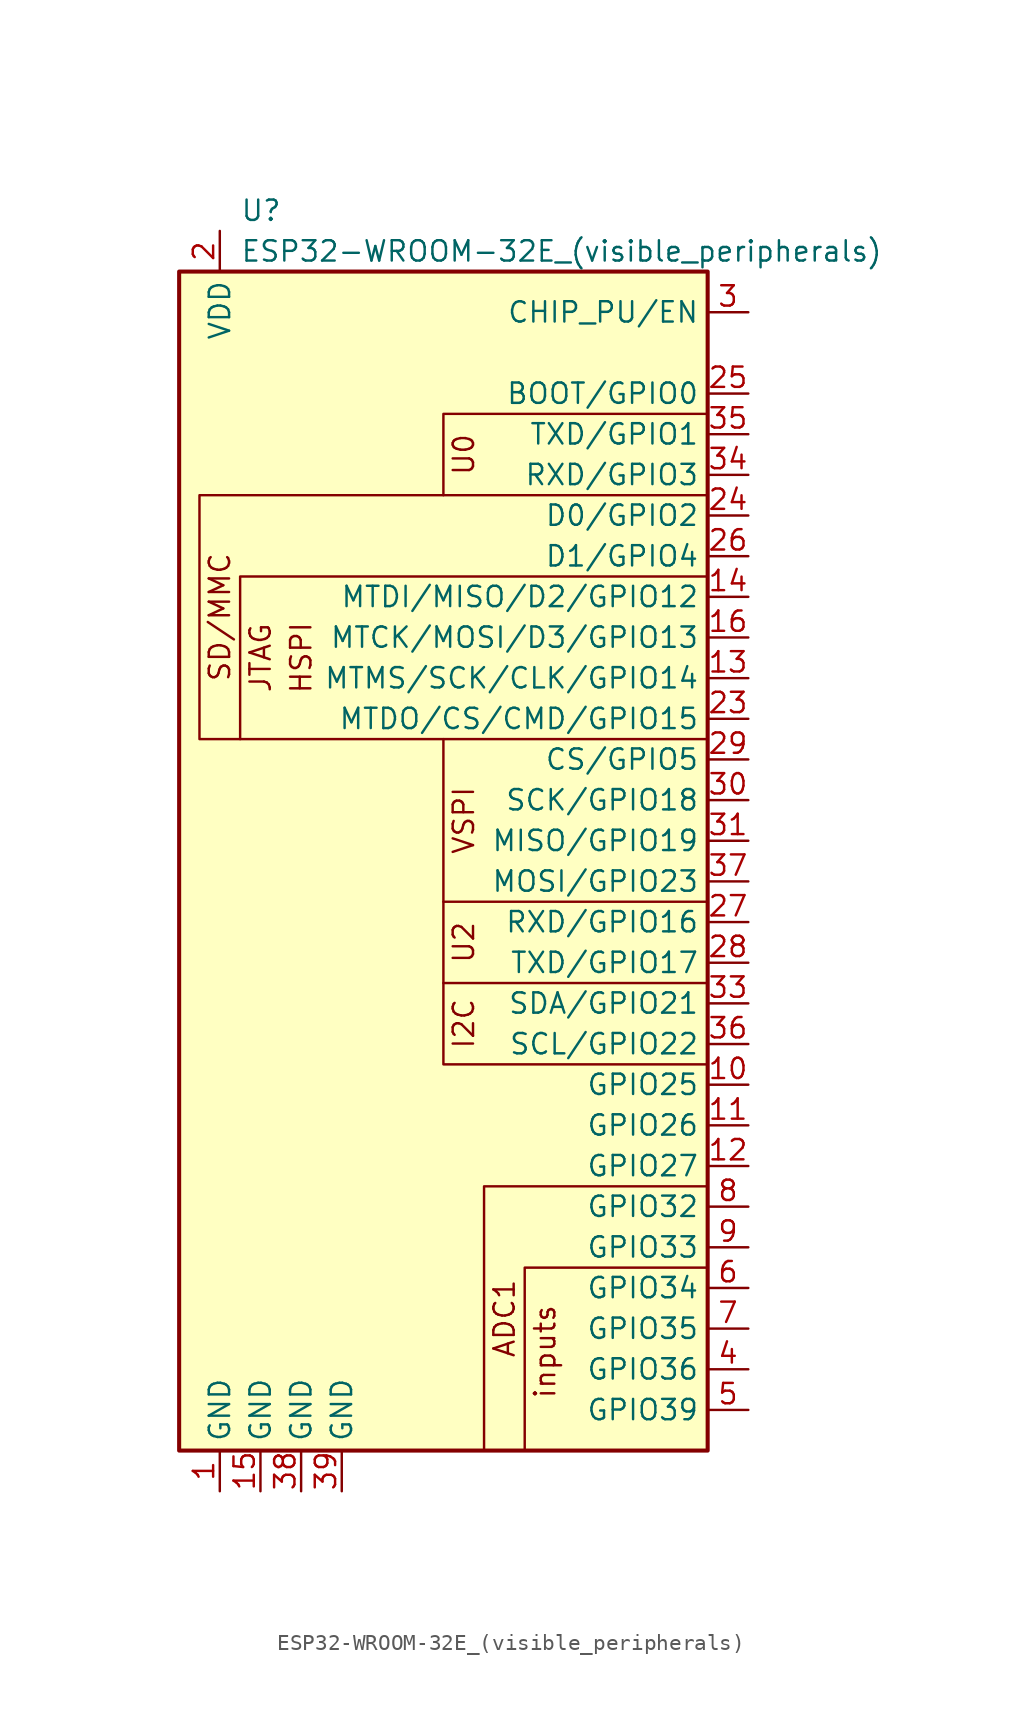
<source format=kicad_sym>
(kicad_symbol_lib
  (version 20211014)
  (generator kicad_symbol_editor)
  (symbol "ESP32-WROOM-32E_(visible_peripherals)"
    (property "Reference" "U"
      (at -12.7 40.64 0)
      (effects (font (size 1.27 1.27)) (justify left)))
    (property "Value" "ESP32-WROOM-32E_(visible_peripherals)"
      (at -12.7 38.1 0)
      (effects (font (size 1.27 1.27)) (justify left)))
    (symbol "ESP32-WROOM-32E_(visible_peripherals)_0_0"
      (text "inputs" (at 6.35 -33.655 900) (effects (font (size 1.27 1.27)) (justify left)))
      (text "SD/MMC" (at -13.97 15.24 900) (effects (font (size 1.27 1.27))))
      (pin power_in line (at -13.97 -39.37 90) (length 2.54) (name "GND" (effects (font (size 1.27 1.27)))) (number "1" (effects (font (size 1.27 1.27)))))
      (pin bidirectional line (at 19.05 -13.97 180) (length 2.54) (name "GPIO25" (effects (font (size 1.27 1.27)))) (number "10" (effects (font (size 1.27 1.27)))))
      (pin bidirectional line (at 19.05 -16.51 180) (length 2.54) (name "GPIO26" (effects (font (size 1.27 1.27)))) (number "11" (effects (font (size 1.27 1.27)))))
      (pin bidirectional line (at 19.05 -19.05 180) (length 2.54) (name "GPIO27" (effects (font (size 1.27 1.27)))) (number "12" (effects (font (size 1.27 1.27)))))
      (pin bidirectional line (at 19.05 11.43 180) (length 2.54) (name "MTMS/SCK/CLK/GPIO14" (effects (font (size 1.27 1.27)))) (number "13" (effects (font (size 1.27 1.27)))))
      (pin bidirectional line (at 19.05 16.51 180) (length 2.54) (name "MTDI/MISO/D2/GPIO12" (effects (font (size 1.27 1.27)))) (number "14" (effects (font (size 1.27 1.27)))))
      (pin bidirectional line (at 19.05 13.97 180) (length 2.54) (name "MTCK/MOSI/D3/GPIO13" (effects (font (size 1.27 1.27)))) (number "16" (effects (font (size 1.27 1.27)))))
      (pin no_connect line (at -19.05 3.81 0) (length 2.54) hide (name "NC" (effects (font (size 1.27 1.27)))) (number "17" (effects (font (size 1.27 1.27)))))
      (pin no_connect line (at -19.05 1.27 0) (length 2.54) hide (name "NC" (effects (font (size 1.27 1.27)))) (number "18" (effects (font (size 1.27 1.27)))))
      (pin no_connect line (at -19.05 -1.27 0) (length 2.54) hide (name "NC" (effects (font (size 1.27 1.27)))) (number "19" (effects (font (size 1.27 1.27)))))
      (pin power_in line (at -13.97 39.37 270) (length 2.54) (name "VDD" (effects (font (size 1.27 1.27)))) (number "2" (effects (font (size 1.27 1.27)))))
      (pin no_connect line (at -19.05 -3.81 0) (length 2.54) hide (name "NC" (effects (font (size 1.27 1.27)))) (number "20" (effects (font (size 1.27 1.27)))))
      (pin no_connect line (at -19.05 -6.35 0) (length 2.54) hide (name "NC" (effects (font (size 1.27 1.27)))) (number "21" (effects (font (size 1.27 1.27)))))
      (pin no_connect line (at -19.05 -8.89 0) (length 2.54) hide (name "NC" (effects (font (size 1.27 1.27)))) (number "22" (effects (font (size 1.27 1.27)))))
      (pin bidirectional line (at 19.05 8.89 180) (length 2.54) (name "MTDO/CS/CMD/GPIO15" (effects (font (size 1.27 1.27)))) (number "23" (effects (font (size 1.27 1.27)))))
      (pin bidirectional line (at 19.05 21.59 180) (length 2.54) (name "D0/GPIO2" (effects (font (size 1.27 1.27)))) (number "24" (effects (font (size 1.27 1.27)))))
      (pin bidirectional line (at 19.05 29.21 180) (length 2.54) (name "BOOT/GPIO0" (effects (font (size 1.27 1.27)))) (number "25" (effects (font (size 1.27 1.27)))))
      (pin bidirectional line (at 19.05 19.05 180) (length 2.54) (name "D1/GPIO4" (effects (font (size 1.27 1.27)))) (number "26" (effects (font (size 1.27 1.27)))))
      (pin bidirectional line (at 19.05 -3.81 180) (length 2.54) (name "RXD/GPIO16" (effects (font (size 1.27 1.27)))) (number "27" (effects (font (size 1.27 1.27)))))
      (pin bidirectional line (at 19.05 -6.35 180) (length 2.54) (name "TXD/GPIO17" (effects (font (size 1.27 1.27)))) (number "28" (effects (font (size 1.27 1.27)))))
      (pin bidirectional line (at 19.05 6.35 180) (length 2.54) (name "CS/GPIO5" (effects (font (size 1.27 1.27)))) (number "29" (effects (font (size 1.27 1.27)))))
      (pin input line (at 19.05 34.29 180) (length 2.54) (name "CHIP_PU/EN" (effects (font (size 1.27 1.27)))) (number "3" (effects (font (size 1.27 1.27)))))
      (pin bidirectional line (at 19.05 3.81 180) (length 2.54) (name "SCK/GPIO18" (effects (font (size 1.27 1.27)))) (number "30" (effects (font (size 1.27 1.27)))))
      (pin bidirectional line (at 19.05 1.27 180) (length 2.54) (name "MISO/GPIO19" (effects (font (size 1.27 1.27)))) (number "31" (effects (font (size 1.27 1.27)))))
      (pin bidirectional line (at 19.05 -8.89 180) (length 2.54) (name "SDA/GPIO21" (effects (font (size 1.27 1.27)))) (number "33" (effects (font (size 1.27 1.27)))))
      (pin bidirectional line (at 19.05 24.13 180) (length 2.54) (name "RXD/GPIO3" (effects (font (size 1.27 1.27)))) (number "34" (effects (font (size 1.27 1.27)))))
      (pin bidirectional line (at 19.05 26.67 180) (length 2.54) (name "TXD/GPIO1" (effects (font (size 1.27 1.27)))) (number "35" (effects (font (size 1.27 1.27)))))
      (pin bidirectional line (at 19.05 -11.43 180) (length 2.54) (name "SCL/GPIO22" (effects (font (size 1.27 1.27)))) (number "36" (effects (font (size 1.27 1.27)))))
      (pin bidirectional line (at 19.05 -1.27 180) (length 2.54) (name "MOSI/GPIO23" (effects (font (size 1.27 1.27)))) (number "37" (effects (font (size 1.27 1.27)))))
      (pin input line (at 19.05 -31.75 180) (length 2.54) (name "GPIO36" (effects (font (size 1.27 1.27)))) (number "4" (effects (font (size 1.27 1.27)))))
      (pin input line (at 19.05 -34.29 180) (length 2.54) (name "GPIO39" (effects (font (size 1.27 1.27)))) (number "5" (effects (font (size 1.27 1.27)))))
      (pin input line (at 19.05 -26.67 180) (length 2.54) (name "GPIO34" (effects (font (size 1.27 1.27)))) (number "6" (effects (font (size 1.27 1.27)))))
      (pin input line (at 19.05 -29.21 180) (length 2.54) (name "GPIO35" (effects (font (size 1.27 1.27)))) (number "7" (effects (font (size 1.27 1.27)))))
      (pin bidirectional line (at 19.05 -21.59 180) (length 2.54) (name "GPIO32" (effects (font (size 1.27 1.27)))) (number "8" (effects (font (size 1.27 1.27)))))
      (pin bidirectional line (at 19.05 -24.13 180) (length 2.54) (name "GPIO33" (effects (font (size 1.27 1.27)))) (number "9" (effects (font (size 1.27 1.27))))))
    (symbol "ESP32-WROOM-32E_(visible_peripherals)_0_1"
      (rectangle (start -16.51 36.83) (end 16.51 -36.83) (stroke (width 0.254) (type default) (color 0 0 0 0)) (fill (type background)))
      (polyline (pts (xy 16.51 -7.62) (xy 0 -7.62)) (stroke (width 0) (type default) (color 0 0 0 0)) (fill (type none)))
      (polyline (pts (xy 16.51 -2.54) (xy 0 -2.54)) (stroke (width 0) (type default) (color 0 0 0 0)) (fill (type none)))
      (polyline (pts (xy 16.51 -25.4) (xy 5.08 -25.4) (xy 5.08 -36.83)) (stroke (width 0) (type default) (color 0 0 0 0)) (fill (type none)))
      (polyline (pts (xy 16.51 -20.32) (xy 2.54 -20.32) (xy 2.54 -36.83)) (stroke (width 0) (type default) (color 0 0 0 0)) (fill (type none)))
      (polyline (pts (xy 16.51 -12.7) (xy 0 -12.7) (xy 0 7.62)) (stroke (width 0) (type default) (color 0 0 0 0)) (fill (type none)))
      (polyline (pts (xy 16.51 17.78) (xy -12.7 17.78) (xy -12.7 7.62)) (stroke (width 0) (type default) (color 0 0 0 0)) (fill (type none)))
      (polyline (pts (xy 16.51 27.94) (xy 0 27.94) (xy 0 22.86)) (stroke (width 0) (type default) (color 0 0 0 0)) (fill (type none)))
      (polyline (pts (xy 16.51 22.86) (xy -15.24 22.86) (xy -15.24 7.62) (xy 16.51 7.62)) (stroke (width 0) (type default) (color 0 0 0 0)) (fill (type none))))
    (symbol "ESP32-WROOM-32E_(visible_peripherals)_1_1"
      (text "ADC1" (at 3.81 -28.575 900) (effects (font (size 1.27 1.27))))
      (text "HSPI" (at -8.89 12.7 900) (effects (font (size 1.27 1.27))))
      (text "I2C" (at 1.27 -10.16 900) (effects (font (size 1.27 1.27))))
      (text "JTAG" (at -11.43 12.7 900) (effects (font (size 1.27 1.27))))
      (text "U0" (at 1.27 25.4 900) (effects (font (size 1.27 1.27))))
      (text "U2" (at 1.27 -5.08 900) (effects (font (size 1.27 1.27))))
      (text "VSPI" (at 1.27 2.54 900) (effects (font (size 1.27 1.27))))
      (pin power_in line (at -11.43 -39.37 90) (length 2.54) (name "GND" (effects (font (size 1.27 1.27)))) (number "15" (effects (font (size 1.27 1.27)))))
      (pin no_connect line (at -19.05 -11.43 0) (length 2.54) hide (name "NC" (effects (font (size 1.27 1.27)))) (number "32" (effects (font (size 1.27 1.27)))))
      (pin power_in line (at -8.89 -39.37 90) (length 2.54) (name "GND" (effects (font (size 1.27 1.27)))) (number "38" (effects (font (size 1.27 1.27)))))
      (pin power_in line (at -6.35 -39.37 90) (length 2.54) (name "GND" (effects (font (size 1.27 1.27)))) (number "39" (effects (font (size 1.27 1.27))))))))
</source>
